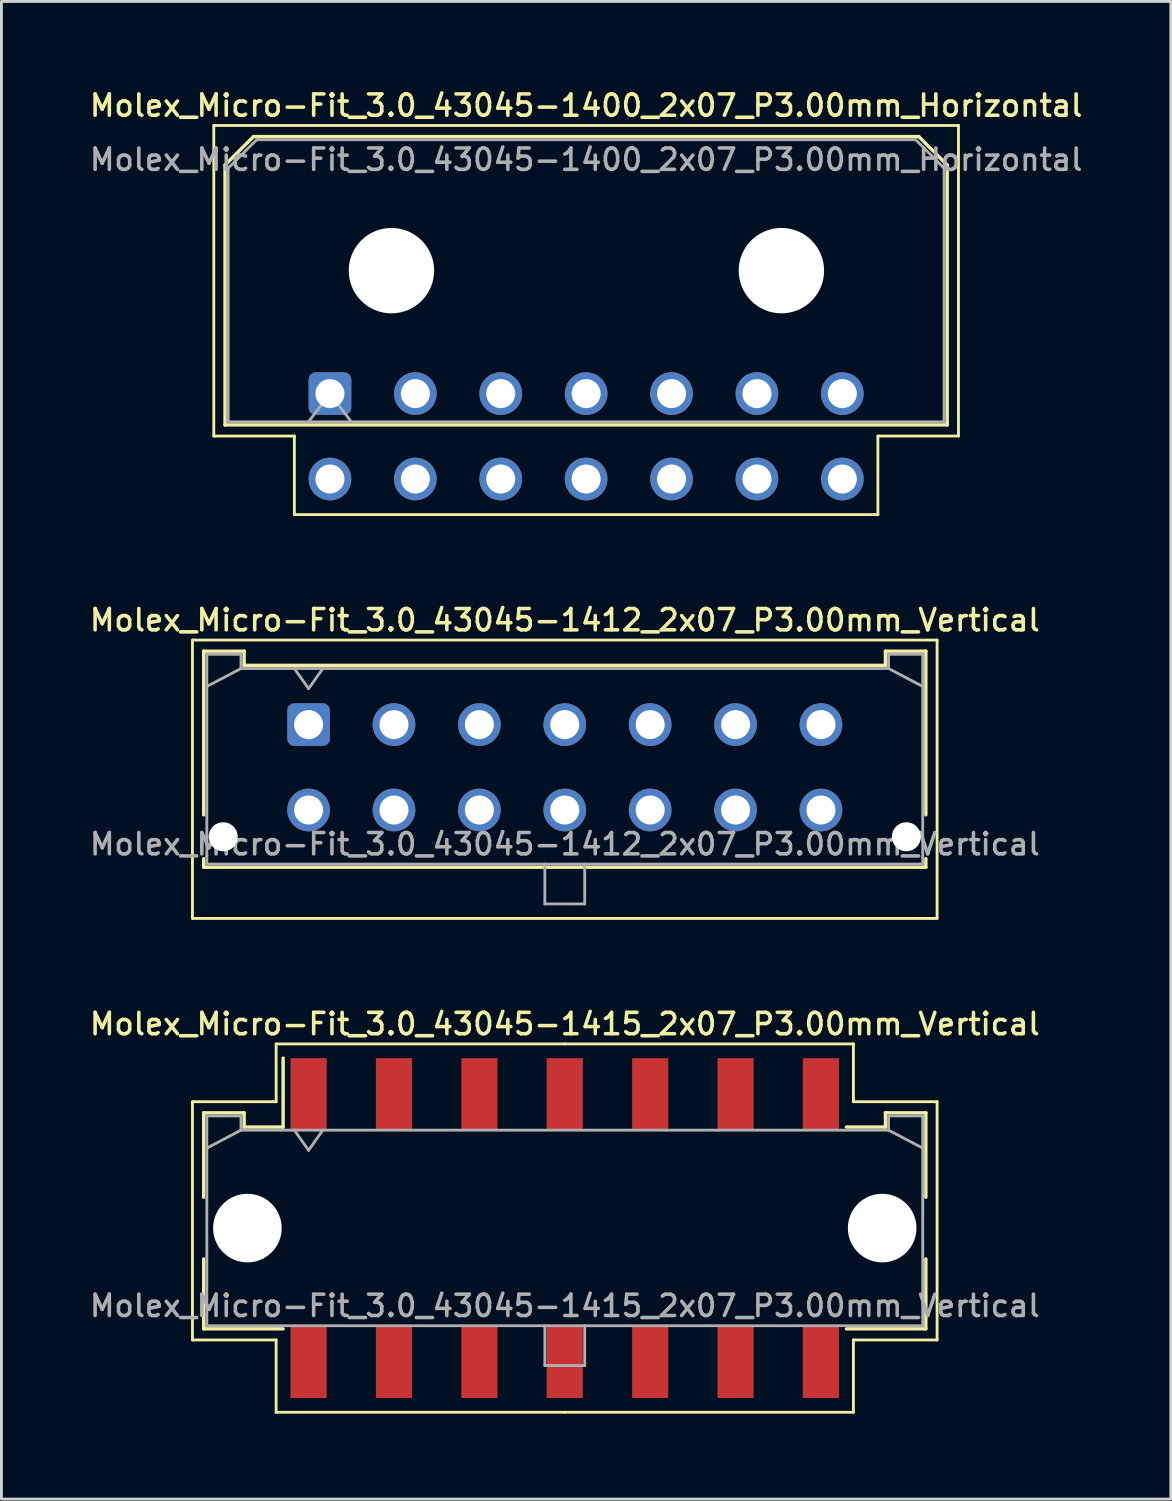
<source format=kicad_pcb>
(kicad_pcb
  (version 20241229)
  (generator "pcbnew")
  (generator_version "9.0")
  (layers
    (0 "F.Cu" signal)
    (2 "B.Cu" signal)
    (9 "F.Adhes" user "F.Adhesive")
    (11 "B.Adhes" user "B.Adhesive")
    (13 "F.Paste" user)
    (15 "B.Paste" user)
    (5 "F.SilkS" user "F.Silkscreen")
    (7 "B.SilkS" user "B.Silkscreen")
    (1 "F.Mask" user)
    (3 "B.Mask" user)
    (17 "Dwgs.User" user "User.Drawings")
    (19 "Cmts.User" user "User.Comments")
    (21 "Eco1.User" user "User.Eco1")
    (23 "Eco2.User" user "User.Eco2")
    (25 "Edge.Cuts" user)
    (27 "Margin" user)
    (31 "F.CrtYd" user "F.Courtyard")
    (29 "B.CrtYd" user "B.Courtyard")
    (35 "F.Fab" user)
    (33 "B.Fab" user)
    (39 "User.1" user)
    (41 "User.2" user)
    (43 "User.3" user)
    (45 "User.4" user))
  (footprint "Molex_Micro-Fit_3.0_43045-1415_2x07_P3.00mm_Vertical"
    (layer "F.Cu")
    (at 16.791 40.094)
    (property "Reference" "Molex_Micro-Fit_3.0_43045-1415_2x07_P3.00mm_Vertical" (at 0 -7.17 0) (layer "F.SilkS") (effects (font (size 0.75 0.75) (thickness 0.125))))
    (attr smd)
    (fp_line (start -13.08 -4.44) (end -13.08 3.93) (stroke (width 0.1) (type solid)) (layer "F.SilkS"))
    (fp_line (start -13.08 3.93) (end -10.14 3.93) (stroke (width 0.1) (type solid)) (layer "F.SilkS"))
    (fp_line (start -12.685 -4.05) (end -11.265 -4.05) (stroke (width 0.12) (type solid)) (layer "F.SilkS"))
    (fp_line (start -12.685 -1.085) (end -12.685 -4.05) (stroke (width 0.12) (type solid)) (layer "F.SilkS"))
    (fp_line (start -12.685 1.085) (end -12.685 3.54) (stroke (width 0.12) (type solid)) (layer "F.SilkS"))
    (fp_line (start -12.685 3.54) (end -9.895 3.54) (stroke (width 0.12) (type solid)) (layer "F.SilkS"))
    (fp_line (start -11.265 -4.05) (end -11.265 -3.55) (stroke (width 0.12) (type solid)) (layer "F.SilkS"))
    (fp_line (start -11.265 -3.55) (end -9.895 -3.55) (stroke (width 0.12) (type solid)) (layer "F.SilkS"))
    (fp_line (start -10.14 -6.47) (end -10.14 -4.44) (stroke (width 0.1) (type solid)) (layer "F.SilkS"))
    (fp_line (start -10.14 -4.44) (end -13.08 -4.44) (stroke (width 0.1) (type solid)) (layer "F.SilkS"))
    (fp_line (start -10.14 3.93) (end -10.14 6.47) (stroke (width 0.1) (type solid)) (layer "F.SilkS"))
    (fp_line (start -10.14 6.47) (end 0 6.47) (stroke (width 0.1) (type solid)) (layer "F.SilkS"))
    (fp_line (start -9.895 -3.55) (end -9.895 -5.97) (stroke (width 0.12) (type solid)) (layer "F.SilkS"))
    (fp_line (start 0 -6.47) (end -10.14 -6.47) (stroke (width 0.1) (type solid)) (layer "F.SilkS"))
    (fp_line (start 0 -6.47) (end 10.14 -6.47) (stroke (width 0.1) (type solid)) (layer "F.SilkS"))
    (fp_line (start 10.14 -6.47) (end 10.14 -4.44) (stroke (width 0.1) (type solid)) (layer "F.SilkS"))
    (fp_line (start 10.14 -4.44) (end 13.08 -4.44) (stroke (width 0.1) (type solid)) (layer "F.SilkS"))
    (fp_line (start 10.14 3.93) (end 10.14 6.47) (stroke (width 0.1) (type solid)) (layer "F.SilkS"))
    (fp_line (start 10.14 6.47) (end 0 6.47) (stroke (width 0.1) (type solid)) (layer "F.SilkS"))
    (fp_line (start 11.265 -4.05) (end 11.265 -3.55) (stroke (width 0.12) (type solid)) (layer "F.SilkS"))
    (fp_line (start 11.265 -3.55) (end 9.895 -3.55) (stroke (width 0.12) (type solid)) (layer "F.SilkS"))
    (fp_line (start 12.685 -4.05) (end 11.265 -4.05) (stroke (width 0.12) (type solid)) (layer "F.SilkS"))
    (fp_line (start 12.685 -1.085) (end 12.685 -4.05) (stroke (width 0.12) (type solid)) (layer "F.SilkS"))
    (fp_line (start 12.685 1.085) (end 12.685 3.54) (stroke (width 0.12) (type solid)) (layer "F.SilkS"))
    (fp_line (start 12.685 3.54) (end 9.895 3.54) (stroke (width 0.12) (type solid)) (layer "F.SilkS"))
    (fp_line (start 13.08 -4.44) (end 13.08 3.93) (stroke (width 0.1) (type solid)) (layer "F.SilkS"))
    (fp_line (start 13.08 3.93) (end 10.14 3.93) (stroke (width 0.1) (type solid)) (layer "F.SilkS"))
    (fp_line (start -12.575 -3.94) (end -12.575 3.43) (stroke (width 0.1) (type solid)) (layer "F.Fab"))
    (fp_line (start -12.575 -2.81) (end -11.375 -3.44) (stroke (width 0.1) (type solid)) (layer "F.Fab"))
    (fp_line (start -12.575 3.43) (end 12.575 3.43) (stroke (width 0.1) (type solid)) (layer "F.Fab"))
    (fp_line (start -11.375 -3.94) (end -12.575 -3.94) (stroke (width 0.1) (type solid)) (layer "F.Fab"))
    (fp_line (start -11.375 -3.44) (end -11.375 -3.94) (stroke (width 0.1) (type solid)) (layer "F.Fab"))
    (fp_line (start -9.5 -3.44) (end -9 -2.733) (stroke (width 0.1) (type solid)) (layer "F.Fab"))
    (fp_line (start -9 -2.733) (end -8.5 -3.44) (stroke (width 0.1) (type solid)) (layer "F.Fab"))
    (fp_line (start -0.7 3.43) (end -0.7 4.83) (stroke (width 0.1) (type solid)) (layer "F.Fab"))
    (fp_line (start -0.7 4.83) (end 0.7 4.83) (stroke (width 0.1) (type solid)) (layer "F.Fab"))
    (fp_line (start 0.7 4.83) (end 0.7 3.43) (stroke (width 0.1) (type solid)) (layer "F.Fab"))
    (fp_line (start 11.375 -3.94) (end 11.375 -3.44) (stroke (width 0.1) (type solid)) (layer "F.Fab"))
    (fp_line (start 11.375 -3.44) (end -11.375 -3.44) (stroke (width 0.1) (type solid)) (layer "F.Fab"))
    (fp_line (start 12.575 -3.94) (end 11.375 -3.94) (stroke (width 0.1) (type solid)) (layer "F.Fab"))
    (fp_line (start 12.575 -2.81) (end 11.375 -3.44) (stroke (width 0.1) (type solid)) (layer "F.Fab"))
    (fp_line (start 12.575 3.43) (end 12.575 -3.94) (stroke (width 0.1) (type solid)) (layer "F.Fab"))
    (fp_text user "${REFERENCE}" (at 0 2.73 0) (layer "F.Fab") (effects (font (size 0.75 0.75) (thickness 0.125))))
    (pad "" np_thru_hole circle (at -11.15 0) (size 2.41 2.41) (drill 2.41) (layers "*.Cu" "*.Mask"))
    (pad "" np_thru_hole circle (at 11.15 0) (size 2.41 2.41) (drill 2.41) (layers "*.Cu" "*.Mask"))
    (pad "1" smd rect (at -9 -4.7) (size 1.27 2.54) (layers "F.Cu" "F.Mask" "F.Paste"))
    (pad "2" smd rect (at -6 -4.7) (size 1.27 2.54) (layers "F.Cu" "F.Mask" "F.Paste"))
    (pad "3" smd rect (at -3 -4.7) (size 1.27 2.54) (layers "F.Cu" "F.Mask" "F.Paste"))
    (pad "4" smd rect (at 0 -4.7) (size 1.27 2.54) (layers "F.Cu" "F.Mask" "F.Paste"))
    (pad "5" smd rect (at 3 -4.7) (size 1.27 2.54) (layers "F.Cu" "F.Mask" "F.Paste"))
    (pad "6" smd rect (at 6 -4.7) (size 1.27 2.54) (layers "F.Cu" "F.Mask" "F.Paste"))
    (pad "7" smd rect (at 9 -4.7) (size 1.27 2.54) (layers "F.Cu" "F.Mask" "F.Paste"))
    (pad "8" smd rect (at -9 4.7) (size 1.27 2.54) (layers "F.Cu" "F.Mask" "F.Paste"))
    (pad "9" smd rect (at -6 4.7) (size 1.27 2.54) (layers "F.Cu" "F.Mask" "F.Paste"))
    (pad "10" smd rect (at -3 4.7) (size 1.27 2.54) (layers "F.Cu" "F.Mask" "F.Paste"))
    (pad "11" smd rect (at 0 4.7) (size 1.27 2.54) (layers "F.Cu" "F.Mask" "F.Paste"))
    (pad "12" smd rect (at 3 4.7) (size 1.27 2.54) (layers "F.Cu" "F.Mask" "F.Paste"))
    (pad "13" smd rect (at 6 4.7) (size 1.27 2.54) (layers "F.Cu" "F.Mask" "F.Paste"))
    (pad "14" smd rect (at 9 4.7) (size 1.27 2.54) (layers "F.Cu" "F.Mask" "F.Paste")))
  (footprint "Molex_Micro-Fit_3.0_43045-1412_2x07_P3.00mm_Vertical"
    (layer "F.Cu")
    (at 7.791 22.406)
    (property "Reference" "Molex_Micro-Fit_3.0_43045-1412_2x07_P3.00mm_Vertical" (at 9 -3.67 0) (layer "F.SilkS") (effects (font (size 0.75 0.75) (thickness 0.125))))
    (attr through_hole)
    (fp_line (start -4.08 -2.97) (end 22.08 -2.97) (stroke (width 0.1) (type solid)) (layer "F.SilkS"))
    (fp_line (start -4.08 6.81) (end -4.08 -2.97) (stroke (width 0.1) (type solid)) (layer "F.SilkS"))
    (fp_line (start -3.685 -2.58) (end -2.265 -2.58) (stroke (width 0.12) (type solid)) (layer "F.SilkS"))
    (fp_line (start -3.685 3.17) (end -3.685 -2.58) (stroke (width 0.12) (type solid)) (layer "F.SilkS"))
    (fp_line (start -3.685 4.71) (end -3.685 5.01) (stroke (width 0.12) (type solid)) (layer "F.SilkS"))
    (fp_line (start -3.685 5.01) (end 21.685 5.01) (stroke (width 0.12) (type solid)) (layer "F.SilkS"))
    (fp_line (start -2.265 -2.58) (end -2.265 -2.08) (stroke (width 0.12) (type solid)) (layer "F.SilkS"))
    (fp_line (start -2.265 -2.08) (end 20.265 -2.08) (stroke (width 0.12) (type solid)) (layer "F.SilkS"))
    (fp_line (start 20.265 -2.58) (end 21.685 -2.58) (stroke (width 0.12) (type solid)) (layer "F.SilkS"))
    (fp_line (start 20.265 -2.08) (end 20.265 -2.58) (stroke (width 0.12) (type solid)) (layer "F.SilkS"))
    (fp_line (start 21.685 -2.58) (end 21.685 3.17) (stroke (width 0.12) (type solid)) (layer "F.SilkS"))
    (fp_line (start 21.685 5.01) (end 21.685 4.71) (stroke (width 0.12) (type solid)) (layer "F.SilkS"))
    (fp_line (start 22.08 -2.97) (end 22.08 6.81) (stroke (width 0.1) (type solid)) (layer "F.SilkS"))
    (fp_line (start 22.08 6.81) (end -4.08 6.81) (stroke (width 0.1) (type solid)) (layer "F.SilkS"))
    (fp_line (start -3.575 -2.47) (end -3.575 4.9) (stroke (width 0.1) (type solid)) (layer "F.Fab"))
    (fp_line (start -3.575 -1.34) (end -2.375 -1.97) (stroke (width 0.1) (type solid)) (layer "F.Fab"))
    (fp_line (start -3.575 4.9) (end 21.575 4.9) (stroke (width 0.1) (type solid)) (layer "F.Fab"))
    (fp_line (start -2.375 -2.47) (end -3.575 -2.47) (stroke (width 0.1) (type solid)) (layer "F.Fab"))
    (fp_line (start -2.375 -1.97) (end -2.375 -2.47) (stroke (width 0.1) (type solid)) (layer "F.Fab"))
    (fp_line (start -0.5 -1.97) (end 0 -1.263) (stroke (width 0.1) (type solid)) (layer "F.Fab"))
    (fp_line (start 0 -1.263) (end 0.5 -1.97) (stroke (width 0.1) (type solid)) (layer "F.Fab"))
    (fp_line (start 8.3 4.9) (end 8.3 6.3) (stroke (width 0.1) (type solid)) (layer "F.Fab"))
    (fp_line (start 8.3 6.3) (end 9.7 6.3) (stroke (width 0.1) (type solid)) (layer "F.Fab"))
    (fp_line (start 9.7 6.3) (end 9.7 4.9) (stroke (width 0.1) (type solid)) (layer "F.Fab"))
    (fp_line (start 20.375 -2.47) (end 20.375 -1.97) (stroke (width 0.1) (type solid)) (layer "F.Fab"))
    (fp_line (start 20.375 -1.97) (end -2.375 -1.97) (stroke (width 0.1) (type solid)) (layer "F.Fab"))
    (fp_line (start 21.575 -2.47) (end 20.375 -2.47) (stroke (width 0.1) (type solid)) (layer "F.Fab"))
    (fp_line (start 21.575 -1.34) (end 20.375 -1.97) (stroke (width 0.1) (type solid)) (layer "F.Fab"))
    (fp_line (start 21.575 4.9) (end 21.575 -2.47) (stroke (width 0.1) (type solid)) (layer "F.Fab"))
    (fp_text user "${REFERENCE}" (at 9 4.2 0) (layer "F.Fab") (effects (font (size 0.75 0.75) (thickness 0.125))))
    (pad "" np_thru_hole circle (at -3 3.94) (size 1.02 1.02) (drill 1.02) (layers "*.Cu" "*.Mask"))
    (pad "" np_thru_hole circle (at 21 3.94) (size 1.02 1.02) (drill 1.02) (layers "*.Cu" "*.Mask"))
    (pad "1" thru_hole roundrect (at 0 0) (size 1.5 1.5) (drill 1.02) (layers "*.Cu" "*.Mask") (roundrect_rratio 0.167))
    (pad "2" thru_hole circle (at 3 0) (size 1.5 1.5) (drill 1.02) (layers "*.Cu" "*.Mask"))
    (pad "3" thru_hole circle (at 6 0) (size 1.5 1.5) (drill 1.02) (layers "*.Cu" "*.Mask"))
    (pad "4" thru_hole circle (at 9 0) (size 1.5 1.5) (drill 1.02) (layers "*.Cu" "*.Mask"))
    (pad "5" thru_hole circle (at 12 0) (size 1.5 1.5) (drill 1.02) (layers "*.Cu" "*.Mask"))
    (pad "6" thru_hole circle (at 15 0) (size 1.5 1.5) (drill 1.02) (layers "*.Cu" "*.Mask"))
    (pad "7" thru_hole circle (at 18 0) (size 1.5 1.5) (drill 1.02) (layers "*.Cu" "*.Mask"))
    (pad "8" thru_hole circle (at 0 3) (size 1.5 1.5) (drill 1.02) (layers "*.Cu" "*.Mask"))
    (pad "9" thru_hole circle (at 3 3) (size 1.5 1.5) (drill 1.02) (layers "*.Cu" "*.Mask"))
    (pad "10" thru_hole circle (at 6 3) (size 1.5 1.5) (drill 1.02) (layers "*.Cu" "*.Mask"))
    (pad "11" thru_hole circle (at 9 3) (size 1.5 1.5) (drill 1.02) (layers "*.Cu" "*.Mask"))
    (pad "12" thru_hole circle (at 12 3) (size 1.5 1.5) (drill 1.02) (layers "*.Cu" "*.Mask"))
    (pad "13" thru_hole circle (at 15 3) (size 1.5 1.5) (drill 1.02) (layers "*.Cu" "*.Mask"))
    (pad "14" thru_hole circle (at 18 3) (size 1.5 1.5) (drill 1.02) (layers "*.Cu" "*.Mask")))
  (footprint "Molex_Micro-Fit_3.0_43045-1400_2x07_P3.00mm_Horizontal"
    (layer "F.Cu")
    (at 8.541 10.778)
    (property "Reference" "Molex_Micro-Fit_3.0_43045-1400_2x07_P3.00mm_Horizontal" (at 9 -10.12 0) (layer "F.SilkS") (effects (font (size 0.75 0.75) (thickness 0.125))))
    (attr through_hole)
    (fp_line (start -4.08 -9.42) (end 22.08 -9.42) (stroke (width 0.1) (type solid)) (layer "F.SilkS"))
    (fp_line (start -4.08 1.49) (end -4.08 -9.42) (stroke (width 0.1) (type solid)) (layer "F.SilkS"))
    (fp_line (start -3.685 -8.03) (end -2.685 -9.03) (stroke (width 0.12) (type solid)) (layer "F.SilkS"))
    (fp_line (start -3.685 1.1) (end -3.685 -8.03) (stroke (width 0.12) (type solid)) (layer "F.SilkS"))
    (fp_line (start -2.685 -9.03) (end 20.685 -9.03) (stroke (width 0.12) (type solid)) (layer "F.SilkS"))
    (fp_line (start -1.25 1.49) (end -4.08 1.49) (stroke (width 0.1) (type solid)) (layer "F.SilkS"))
    (fp_line (start -1.25 4.25) (end -1.25 1.49) (stroke (width 0.1) (type solid)) (layer "F.SilkS"))
    (fp_line (start 19.25 1.49) (end 19.25 4.25) (stroke (width 0.1) (type solid)) (layer "F.SilkS"))
    (fp_line (start 19.25 4.25) (end -1.25 4.25) (stroke (width 0.1) (type solid)) (layer "F.SilkS"))
    (fp_line (start 20.685 -9.03) (end 21.685 -8.03) (stroke (width 0.12) (type solid)) (layer "F.SilkS"))
    (fp_line (start 21.685 -8.03) (end 21.685 1.1) (stroke (width 0.12) (type solid)) (layer "F.SilkS"))
    (fp_line (start 21.685 1.1) (end -3.685 1.1) (stroke (width 0.12) (type solid)) (layer "F.SilkS"))
    (fp_line (start 22.08 -9.42) (end 22.08 1.49) (stroke (width 0.1) (type solid)) (layer "F.SilkS"))
    (fp_line (start 22.08 1.49) (end 19.25 1.49) (stroke (width 0.1) (type solid)) (layer "F.SilkS"))
    (fp_line (start -3.575 -7.92) (end -2.575 -8.92) (stroke (width 0.1) (type solid)) (layer "F.Fab"))
    (fp_line (start -3.575 0.99) (end -3.575 -7.92) (stroke (width 0.1) (type solid)) (layer "F.Fab"))
    (fp_line (start -2.575 -8.92) (end 20.575 -8.92) (stroke (width 0.1) (type solid)) (layer "F.Fab"))
    (fp_line (start -0.75 0.99) (end 0 0) (stroke (width 0.1) (type solid)) (layer "F.Fab"))
    (fp_line (start 0 0) (end 0.75 0.99) (stroke (width 0.1) (type solid)) (layer "F.Fab"))
    (fp_line (start 20.575 -8.92) (end 21.575 -7.92) (stroke (width 0.1) (type solid)) (layer "F.Fab"))
    (fp_line (start 21.575 -7.92) (end 21.575 0.99) (stroke (width 0.1) (type solid)) (layer "F.Fab"))
    (fp_line (start 21.575 0.99) (end -3.575 0.99) (stroke (width 0.1) (type solid)) (layer "F.Fab"))
    (fp_text user "${REFERENCE}" (at 9 -8.22 0) (layer "F.Fab") (effects (font (size 0.75 0.75) (thickness 0.125))))
    (pad "" np_thru_hole circle (at 2.16 -4.32) (size 3 3) (drill 3) (layers "*.Cu" "*.Mask"))
    (pad "" np_thru_hole circle (at 15.86 -4.32) (size 3 3) (drill 3) (layers "*.Cu" "*.Mask"))
    (pad "1" thru_hole roundrect (at 0 0) (size 1.5 1.5) (drill 1.02) (layers "*.Cu" "*.Mask") (roundrect_rratio 0.167))
    (pad "2" thru_hole circle (at 3 0) (size 1.5 1.5) (drill 1.02) (layers "*.Cu" "*.Mask"))
    (pad "3" thru_hole circle (at 6 0) (size 1.5 1.5) (drill 1.02) (layers "*.Cu" "*.Mask"))
    (pad "4" thru_hole circle (at 9 0) (size 1.5 1.5) (drill 1.02) (layers "*.Cu" "*.Mask"))
    (pad "5" thru_hole circle (at 12 0) (size 1.5 1.5) (drill 1.02) (layers "*.Cu" "*.Mask"))
    (pad "6" thru_hole circle (at 15 0) (size 1.5 1.5) (drill 1.02) (layers "*.Cu" "*.Mask"))
    (pad "7" thru_hole circle (at 18 0) (size 1.5 1.5) (drill 1.02) (layers "*.Cu" "*.Mask"))
    (pad "8" thru_hole circle (at 0 3) (size 1.5 1.5) (drill 1.02) (layers "*.Cu" "*.Mask"))
    (pad "9" thru_hole circle (at 3 3) (size 1.5 1.5) (drill 1.02) (layers "*.Cu" "*.Mask"))
    (pad "10" thru_hole circle (at 6 3) (size 1.5 1.5) (drill 1.02) (layers "*.Cu" "*.Mask"))
    (pad "11" thru_hole circle (at 9 3) (size 1.5 1.5) (drill 1.02) (layers "*.Cu" "*.Mask"))
    (pad "12" thru_hole circle (at 12 3) (size 1.5 1.5) (drill 1.02) (layers "*.Cu" "*.Mask"))
    (pad "13" thru_hole circle (at 15 3) (size 1.5 1.5) (drill 1.02) (layers "*.Cu" "*.Mask"))
    (pad "14" thru_hole circle (at 18 3) (size 1.5 1.5) (drill 1.02) (layers "*.Cu" "*.Mask")))
  (gr_rect
    (start -3 -3)
    (end 38.082 49.614)
    (stroke (width 0.1) (type default))
    (fill no)
    (layer "Edge.Cuts")))
</source>
